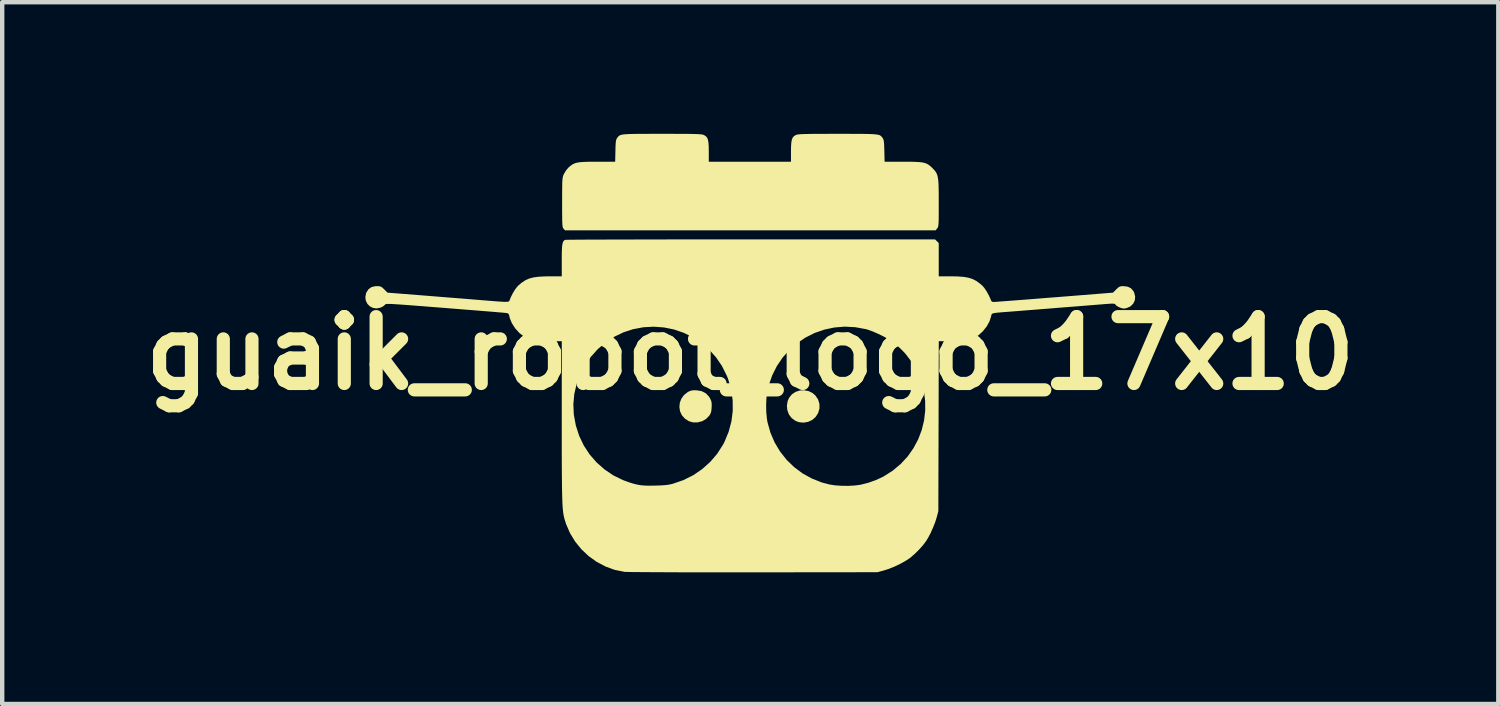
<source format=kicad_pcb>
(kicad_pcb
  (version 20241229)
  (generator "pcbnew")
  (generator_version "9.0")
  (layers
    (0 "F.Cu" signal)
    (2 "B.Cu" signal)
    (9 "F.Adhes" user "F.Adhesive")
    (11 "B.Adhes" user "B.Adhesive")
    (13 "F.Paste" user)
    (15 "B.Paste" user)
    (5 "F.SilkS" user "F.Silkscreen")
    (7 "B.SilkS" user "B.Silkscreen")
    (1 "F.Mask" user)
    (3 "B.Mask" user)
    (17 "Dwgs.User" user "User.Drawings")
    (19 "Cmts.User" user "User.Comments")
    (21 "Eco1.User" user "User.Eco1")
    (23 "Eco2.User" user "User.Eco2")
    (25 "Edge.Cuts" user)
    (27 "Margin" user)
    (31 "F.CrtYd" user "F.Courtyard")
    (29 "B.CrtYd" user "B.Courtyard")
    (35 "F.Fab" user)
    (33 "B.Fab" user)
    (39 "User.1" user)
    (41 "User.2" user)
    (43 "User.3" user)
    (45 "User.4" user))
  (footprint "guaik_robot_logo_17x10"
    (layer "F.Cu")
    (at 14.05 5.001)
    (property "Reference" "guaik_robot_logo_17x10" (at 0 0 0) (layer "F.SilkS") (effects (font (size 1.524 1.524) (thickness 0.3))))
    (attr board_only exclude_from_pos_files exclude_from_bom)
    (fp_poly (pts (xy 1.329 0.863) (xy 1.42 0.907) (xy 1.484 0.962) (xy 1.546 1.054) (xy 1.577 1.156) (xy 1.577 1.261) (xy 1.547 1.364) (xy 1.492 1.45) (xy 1.414 1.52) (xy 1.318 1.564) (xy 1.214 1.582) (xy 1.108 1.571) (xy 1.03 1.541) (xy 0.944 1.478) (xy 0.881 1.395) (xy 0.845 1.298) (xy 0.835 1.194) (xy 0.853 1.088) (xy 0.888 1.011) (xy 0.952 0.933) (xy 1.034 0.88) (xy 1.129 0.849) (xy 1.23 0.844)) (stroke (width 0) (type solid)) (fill yes) (layer "F.SilkS"))
    (fp_poly (pts (xy -1.227 0.845) (xy -1.218 0.845) (xy -1.106 0.865) (xy -1.014 0.912) (xy -0.942 0.987) (xy -0.915 1.031) (xy -0.892 1.08) (xy -0.881 1.128) (xy -0.878 1.187) (xy -0.88 1.231) (xy -0.886 1.304) (xy -0.898 1.357) (xy -0.921 1.403) (xy -0.934 1.423) (xy -1.006 1.497) (xy -1.096 1.549) (xy -1.198 1.576) (xy -1.303 1.577) (xy -1.401 1.548) (xy -1.492 1.489) (xy -1.559 1.413) (xy -1.6 1.324) (xy -1.615 1.228) (xy -1.606 1.13) (xy -1.571 1.037) (xy -1.511 0.954) (xy -1.426 0.886) (xy -1.402 0.873) (xy -1.353 0.853) (xy -1.299 0.844)) (stroke (width 0) (type solid)) (fill yes) (layer "F.SilkS"))
    (fp_poly (pts (xy 2.201 -5.001) (xy 2.374 -5) (xy 2.518 -5) (xy 2.637 -4.998) (xy 2.732 -4.996) (xy 2.808 -4.992) (xy 2.866 -4.987) (xy 2.91 -4.98) (xy 2.942 -4.972) (xy 2.966 -4.961) (xy 2.983 -4.947) (xy 2.998 -4.931) (xy 3.013 -4.912) (xy 3.014 -4.91) (xy 3.029 -4.887) (xy 3.039 -4.859) (xy 3.046 -4.82) (xy 3.051 -4.765) (xy 3.054 -4.685) (xy 3.056 -4.613) (xy 3.062 -4.365) (xy 3.479 -4.365) (xy 3.629 -4.365) (xy 3.75 -4.362) (xy 3.846 -4.357) (xy 3.921 -4.349) (xy 3.981 -4.335) (xy 4.03 -4.316) (xy 4.072 -4.29) (xy 4.113 -4.257) (xy 4.153 -4.219) (xy 4.19 -4.18) (xy 4.22 -4.145) (xy 4.243 -4.107) (xy 4.262 -4.063) (xy 4.275 -4.01) (xy 4.285 -3.942) (xy 4.291 -3.858) (xy 4.294 -3.751) (xy 4.296 -3.619) (xy 4.296 -3.457) (xy 4.296 -3.419) (xy 4.296 -3.27) (xy 4.296 -3.152) (xy 4.295 -3.06) (xy 4.293 -2.991) (xy 4.29 -2.941) (xy 4.286 -2.906) (xy 4.28 -2.881) (xy 4.273 -2.864) (xy 4.263 -2.849) (xy 4.261 -2.846) (xy 4.225 -2.801) (xy -4.222 -2.801) (xy -4.255 -2.837) (xy -4.264 -2.849) (xy -4.271 -2.865) (xy -4.277 -2.888) (xy -4.281 -2.922) (xy -4.284 -2.971) (xy -4.286 -3.039) (xy -4.287 -3.129) (xy -4.288 -3.245) (xy -4.288 -3.39) (xy -4.288 -3.435) (xy -4.288 -3.588) (xy -4.287 -3.712) (xy -4.286 -3.809) (xy -4.285 -3.884) (xy -4.282 -3.94) (xy -4.278 -3.983) (xy -4.272 -4.016) (xy -4.265 -4.042) (xy -4.256 -4.066) (xy -4.247 -4.086) (xy -4.203 -4.16) (xy -4.146 -4.229) (xy -4.13 -4.244) (xy -4.087 -4.279) (xy -4.046 -4.307) (xy -4.002 -4.328) (xy -3.949 -4.343) (xy -3.884 -4.354) (xy -3.8 -4.36) (xy -3.694 -4.364) (xy -3.561 -4.365) (xy -3.487 -4.365) (xy -3.079 -4.365) (xy -3.073 -4.613) (xy -3.071 -4.713) (xy -3.067 -4.784) (xy -3.062 -4.834) (xy -3.054 -4.869) (xy -3.042 -4.894) (xy -3.032 -4.91) (xy -3.017 -4.929) (xy -3.002 -4.946) (xy -2.985 -4.959) (xy -2.962 -4.971) (xy -2.931 -4.98) (xy -2.889 -4.987) (xy -2.832 -4.992) (xy -2.759 -4.996) (xy -2.666 -4.998) (xy -2.55 -5) (xy -2.409 -5) (xy -2.239 -5.001) (xy -2.038 -5.001) (xy -2.013 -5.001) (xy -1.811 -5.001) (xy -1.64 -5) (xy -1.498 -5) (xy -1.382 -4.999) (xy -1.289 -4.997) (xy -1.216 -4.995) (xy -1.16 -4.992) (xy -1.119 -4.988) (xy -1.089 -4.984) (xy -1.068 -4.978) (xy -1.057 -4.974) (xy -1.016 -4.949) (xy -0.986 -4.917) (xy -0.966 -4.87) (xy -0.953 -4.805) (xy -0.947 -4.716) (xy -0.945 -4.599) (xy -0.945 -4.365) (xy 0.928 -4.365) (xy 0.928 -4.599) (xy 0.93 -4.717) (xy 0.936 -4.806) (xy 0.949 -4.87) (xy 0.969 -4.917) (xy 0.999 -4.95) (xy 1.039 -4.974) (xy 1.056 -4.98) (xy 1.079 -4.985) (xy 1.111 -4.989) (xy 1.156 -4.993) (xy 1.216 -4.995) (xy 1.294 -4.997) (xy 1.393 -4.999) (xy 1.515 -5) (xy 1.664 -5) (xy 1.843 -5.001) (xy 1.996 -5.001)) (stroke (width 0) (type solid)) (fill yes) (layer "F.SilkS"))
    (fp_poly (pts (xy 4.296 -2.511) (xy 4.296 -1.753) (xy 4.576 -1.753) (xy 4.735 -1.75) (xy 4.865 -1.74) (xy 4.974 -1.721) (xy 5.067 -1.691) (xy 5.15 -1.649) (xy 5.229 -1.592) (xy 5.288 -1.542) (xy 5.335 -1.488) (xy 5.386 -1.412) (xy 5.434 -1.326) (xy 5.474 -1.24) (xy 5.489 -1.199) (xy 5.513 -1.174) (xy 5.546 -1.168) (xy 5.57 -1.17) (xy 5.626 -1.173) (xy 5.711 -1.18) (xy 5.822 -1.188) (xy 5.956 -1.198) (xy 6.111 -1.21) (xy 6.284 -1.223) (xy 6.472 -1.238) (xy 6.672 -1.254) (xy 6.883 -1.271) (xy 6.931 -1.274) (xy 8.268 -1.381) (xy 8.342 -1.455) (xy 8.386 -1.497) (xy 8.421 -1.519) (xy 8.46 -1.528) (xy 8.509 -1.529) (xy 8.604 -1.517) (xy 8.678 -1.48) (xy 8.733 -1.416) (xy 8.75 -1.382) (xy 8.773 -1.291) (xy 8.765 -1.205) (xy 8.728 -1.129) (xy 8.665 -1.068) (xy 8.584 -1.031) (xy 8.529 -1.019) (xy 8.484 -1.021) (xy 8.43 -1.039) (xy 8.429 -1.039) (xy 8.378 -1.064) (xy 8.338 -1.092) (xy 8.328 -1.103) (xy 8.317 -1.117) (xy 8.302 -1.126) (xy 8.278 -1.13) (xy 8.239 -1.131) (xy 8.178 -1.127) (xy 8.091 -1.121) (xy 8.066 -1.119) (xy 8 -1.113) (xy 7.904 -1.106) (xy 7.784 -1.096) (xy 7.643 -1.085) (xy 7.486 -1.072) (xy 7.317 -1.059) (xy 7.142 -1.045) (xy 6.977 -1.032) (xy 6.8 -1.017) (xy 6.625 -1.004) (xy 6.457 -0.99) (xy 6.3 -0.978) (xy 6.16 -0.967) (xy 6.041 -0.957) (xy 5.946 -0.95) (xy 5.886 -0.945) (xy 5.762 -0.936) (xy 5.668 -0.928) (xy 5.6 -0.921) (xy 5.554 -0.914) (xy 5.524 -0.905) (xy 5.507 -0.894) (xy 5.498 -0.879) (xy 5.493 -0.86) (xy 5.491 -0.846) (xy 5.454 -0.729) (xy 5.39 -0.612) (xy 5.304 -0.503) (xy 5.204 -0.411) (xy 5.18 -0.395) (xy 5.114 -0.354) (xy 5.047 -0.323) (xy 4.973 -0.301) (xy 4.884 -0.286) (xy 4.776 -0.278) (xy 4.642 -0.275) (xy 4.598 -0.275) (xy 4.297 -0.275) (xy 4.287 3.6) (xy 4.248 3.746) (xy 4.214 3.854) (xy 4.166 3.974) (xy 4.112 4.096) (xy 4.054 4.206) (xy 4.004 4.287) (xy 3.935 4.378) (xy 3.847 4.476) (xy 3.751 4.571) (xy 3.658 4.653) (xy 3.637 4.669) (xy 3.538 4.734) (xy 3.417 4.801) (xy 3.285 4.864) (xy 3.153 4.917) (xy 3.042 4.952) (xy 2.896 4.991) (xy 0.069 4.994) (xy -0.242 4.994) (xy -0.545 4.994) (xy -0.837 4.994) (xy -1.118 4.994) (xy -1.385 4.994) (xy -1.636 4.993) (xy -1.869 4.992) (xy -2.082 4.991) (xy -2.275 4.99) (xy -2.443 4.989) (xy -2.587 4.988) (xy -2.704 4.987) (xy -2.791 4.985) (xy -2.848 4.984) (xy -2.87 4.982) (xy -3.091 4.937) (xy -3.302 4.86) (xy -3.501 4.754) (xy -3.684 4.623) (xy -3.848 4.469) (xy -3.99 4.294) (xy -4.108 4.101) (xy -4.198 3.893) (xy -4.236 3.77) (xy -4.245 3.732) (xy -4.254 3.693) (xy -4.261 3.649) (xy -4.267 3.6) (xy -4.273 3.543) (xy -4.278 3.476) (xy -4.282 3.396) (xy -4.285 3.303) (xy -4.288 3.193) (xy -4.291 3.064) (xy -4.292 2.916) (xy -4.294 2.745) (xy -4.295 2.549) (xy -4.296 2.327) (xy -4.296 2.076) (xy -4.296 1.795) (xy -4.296 1.551) (xy -4.296 1.159) (xy -4.032 1.159) (xy -4.022 1.393) (xy -4.021 1.401) (xy -3.975 1.649) (xy -3.899 1.884) (xy -3.794 2.103) (xy -3.662 2.305) (xy -3.505 2.486) (xy -3.325 2.646) (xy -3.124 2.782) (xy -2.903 2.891) (xy -2.752 2.946) (xy -2.655 2.975) (xy -2.572 2.995) (xy -2.492 3.009) (xy -2.406 3.016) (xy -2.306 3.019) (xy -2.181 3.017) (xy -2.165 3.017) (xy -2.045 3.013) (xy -1.95 3.007) (xy -1.872 2.998) (xy -1.803 2.984) (xy -1.762 2.974) (xy -1.522 2.891) (xy -1.299 2.78) (xy -1.096 2.641) (xy -0.913 2.478) (xy -0.754 2.292) (xy -0.621 2.084) (xy -0.586 2.017) (xy -0.492 1.789) (xy -0.429 1.553) (xy -0.399 1.311) (xy -0.4 1.175) (xy 0.362 1.175) (xy 0.365 1.337) (xy 0.379 1.49) (xy 0.393 1.572) (xy 0.46 1.811) (xy 0.556 2.034) (xy 0.68 2.241) (xy 0.829 2.43) (xy 1.001 2.596) (xy 1.194 2.74) (xy 1.406 2.857) (xy 1.633 2.946) (xy 1.804 2.991) (xy 1.931 3.011) (xy 2.079 3.021) (xy 2.233 3.023) (xy 2.381 3.015) (xy 2.51 2.998) (xy 2.689 2.953) (xy 2.869 2.889) (xy 3.035 2.811) (xy 3.04 2.808) (xy 3.248 2.676) (xy 3.431 2.522) (xy 3.59 2.35) (xy 3.722 2.161) (xy 3.829 1.96) (xy 3.909 1.748) (xy 3.962 1.529) (xy 3.988 1.305) (xy 3.986 1.079) (xy 3.956 0.854) (xy 3.896 0.633) (xy 3.808 0.418) (xy 3.69 0.212) (xy 3.542 0.018) (xy 3.493 -0.036) (xy 3.426 -0.103) (xy 3.351 -0.172) (xy 3.281 -0.231) (xy 3.267 -0.242) (xy 3.169 -0.309) (xy 3.049 -0.377) (xy 2.919 -0.441) (xy 2.79 -0.497) (xy 2.673 -0.539) (xy 2.632 -0.55) (xy 2.389 -0.594) (xy 2.148 -0.606) (xy 1.912 -0.586) (xy 1.684 -0.537) (xy 1.465 -0.461) (xy 1.259 -0.357) (xy 1.068 -0.229) (xy 0.895 -0.078) (xy 0.741 0.095) (xy 0.609 0.288) (xy 0.502 0.5) (xy 0.422 0.728) (xy 0.388 0.877) (xy 0.369 1.017) (xy 0.362 1.175) (xy -0.4 1.175) (xy -0.401 1.068) (xy -0.436 0.828) (xy -0.503 0.592) (xy -0.538 0.505) (xy -0.648 0.286) (xy -0.783 0.089) (xy -0.941 -0.087) (xy -1.118 -0.239) (xy -1.312 -0.366) (xy -1.52 -0.467) (xy -1.74 -0.542) (xy -1.967 -0.588) (xy -2.201 -0.605) (xy -2.437 -0.592) (xy -2.674 -0.547) (xy -2.886 -0.478) (xy -3.101 -0.375) (xy -3.299 -0.246) (xy -3.477 -0.092) (xy -3.633 0.082) (xy -3.767 0.274) (xy -3.875 0.481) (xy -3.957 0.699) (xy -4.01 0.926) (xy -4.032 1.159) (xy -4.296 1.159) (xy -4.296 -0.275) (xy -4.594 -0.275) (xy -4.733 -0.276) (xy -4.843 -0.282) (xy -4.932 -0.292) (xy -5.006 -0.308) (xy -5.07 -0.332) (xy -5.132 -0.364) (xy -5.158 -0.38) (xy -5.264 -0.463) (xy -5.357 -0.566) (xy -5.431 -0.681) (xy -5.48 -0.798) (xy -5.491 -0.846) (xy -5.502 -0.887) (xy -5.521 -0.907) (xy -5.56 -0.917) (xy -5.574 -0.919) (xy -5.602 -0.921) (xy -5.662 -0.927) (xy -5.75 -0.934) (xy -5.865 -0.944) (xy -6.002 -0.955) (xy -6.16 -0.968) (xy -6.335 -0.982) (xy -6.525 -0.997) (xy -6.726 -1.013) (xy -6.937 -1.03) (xy -6.974 -1.033) (xy -7.219 -1.052) (xy -7.432 -1.069) (xy -7.614 -1.083) (xy -7.77 -1.095) (xy -7.9 -1.105) (xy -8.008 -1.112) (xy -8.095 -1.118) (xy -8.164 -1.122) (xy -8.217 -1.124) (xy -8.256 -1.124) (xy -8.284 -1.123) (xy -8.302 -1.12) (xy -8.314 -1.116) (xy -8.321 -1.111) (xy -8.326 -1.105) (xy -8.328 -1.103) (xy -8.358 -1.076) (xy -8.407 -1.048) (xy -8.429 -1.039) (xy -8.517 -1.021) (xy -8.599 -1.033) (xy -8.67 -1.069) (xy -8.726 -1.125) (xy -8.762 -1.197) (xy -8.773 -1.278) (xy -8.757 -1.365) (xy -8.75 -1.382) (xy -8.702 -1.458) (xy -8.636 -1.506) (xy -8.55 -1.528) (xy -8.509 -1.529) (xy -8.455 -1.527) (xy -8.417 -1.517) (xy -8.382 -1.493) (xy -8.342 -1.455) (xy -8.268 -1.381) (xy -7.343 -1.308) (xy -7.158 -1.293) (xy -6.974 -1.278) (xy -6.796 -1.264) (xy -6.629 -1.251) (xy -6.478 -1.239) (xy -6.346 -1.228) (xy -6.238 -1.219) (xy -6.158 -1.213) (xy -6.144 -1.211) (xy -5.978 -1.198) (xy -5.843 -1.187) (xy -5.736 -1.179) (xy -5.654 -1.174) (xy -5.592 -1.171) (xy -5.549 -1.172) (xy -5.52 -1.175) (xy -5.502 -1.181) (xy -5.493 -1.189) (xy -5.49 -1.196) (xy -5.456 -1.28) (xy -5.411 -1.37) (xy -5.36 -1.453) (xy -5.309 -1.519) (xy -5.288 -1.542) (xy -5.207 -1.61) (xy -5.128 -1.662) (xy -5.042 -1.701) (xy -4.946 -1.727) (xy -4.832 -1.743) (xy -4.694 -1.751) (xy -4.576 -1.753) (xy -4.296 -1.753) (xy -4.296 -2.115) (xy -4.296 -2.252) (xy -4.293 -2.359) (xy -4.288 -2.439) (xy -4.279 -2.498) (xy -4.267 -2.538) (xy -4.25 -2.564) (xy -4.227 -2.58) (xy -4.218 -2.584) (xy -4.199 -2.585) (xy -4.146 -2.586) (xy -4.063 -2.587) (xy -3.949 -2.588) (xy -3.807 -2.589) (xy -3.638 -2.59) (xy -3.443 -2.59) (xy -3.225 -2.591) (xy -2.984 -2.592) (xy -2.722 -2.592) (xy -2.44 -2.593) (xy -2.141 -2.593) (xy -1.825 -2.594) (xy -1.493 -2.594) (xy -1.149 -2.595) (xy -0.792 -2.595) (xy -0.424 -2.595) (xy -0.048 -2.595) (xy 0.011 -2.595) (xy 4.212 -2.595)) (stroke (width 0) (type solid)) (fill yes) (layer "F.SilkS")))
  (gr_rect
    (start -3 -3)
    (end 31.1 12.995)
    (stroke (width 0.1) (type default))
    (fill no)
    (layer "Edge.Cuts")))
</source>
